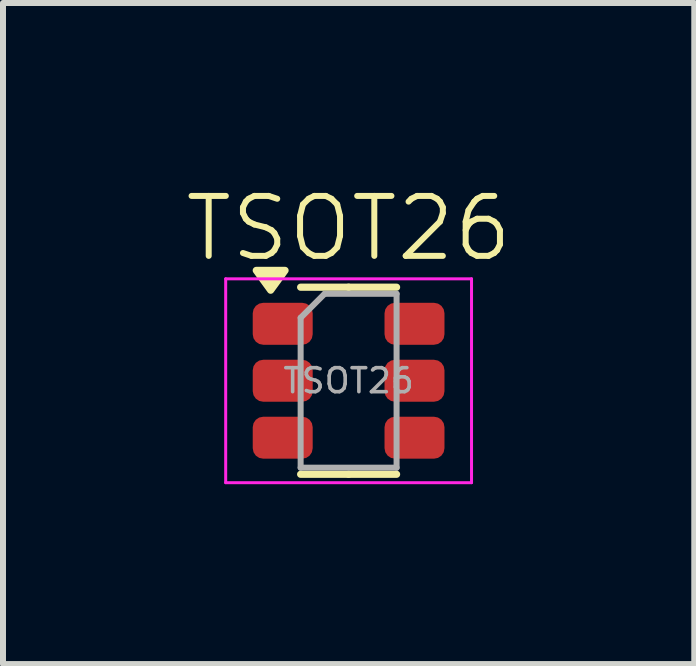
<source format=kicad_pcb>
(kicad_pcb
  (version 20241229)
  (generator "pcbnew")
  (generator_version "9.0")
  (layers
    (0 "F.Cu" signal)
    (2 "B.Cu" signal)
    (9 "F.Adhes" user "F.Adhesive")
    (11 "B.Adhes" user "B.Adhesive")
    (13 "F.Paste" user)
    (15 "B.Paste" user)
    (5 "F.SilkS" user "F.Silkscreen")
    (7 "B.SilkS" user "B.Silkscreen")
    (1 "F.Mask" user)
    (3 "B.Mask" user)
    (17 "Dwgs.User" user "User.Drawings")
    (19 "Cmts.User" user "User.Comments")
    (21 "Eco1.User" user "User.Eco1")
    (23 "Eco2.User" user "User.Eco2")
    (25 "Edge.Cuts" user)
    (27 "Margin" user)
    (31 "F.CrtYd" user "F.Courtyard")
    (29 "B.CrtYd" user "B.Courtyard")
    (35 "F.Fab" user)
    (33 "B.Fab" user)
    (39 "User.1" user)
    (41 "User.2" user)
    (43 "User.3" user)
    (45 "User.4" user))
  (footprint "TSOT26"
    (layer "F.Cu")
    (at 2.764 3.3)
    (property "Reference" "TSOT26" (at 0 -2.54 0) (unlocked yes) (layer "F.SilkS") (effects (font (size 1 1) (thickness 0.1))))
    (attr smd)
    (fp_line (start 0 -1.56) (end -0.8 -1.56) (stroke (width 0.12) (type solid)) (layer "F.SilkS"))
    (fp_line (start 0 -1.56) (end 0.8 -1.56) (stroke (width 0.12) (type solid)) (layer "F.SilkS"))
    (fp_line (start 0 1.56) (end -0.8 1.56) (stroke (width 0.12) (type solid)) (layer "F.SilkS"))
    (fp_line (start 0 1.56) (end 0.8 1.56) (stroke (width 0.12) (type solid)) (layer "F.SilkS"))
    (fp_poly (pts (xy -1.3 -1.51) (xy -1.54 -1.84) (xy -1.06 -1.84) (xy -1.3 -1.51)) (stroke (width 0.12) (type solid)) (fill yes) (layer "F.SilkS"))
    (fp_line (start -2.05 -1.7) (end -2.05 1.7) (stroke (width 0.05) (type solid)) (layer "F.CrtYd"))
    (fp_line (start -2.05 1.7) (end 2.05 1.7) (stroke (width 0.05) (type solid)) (layer "F.CrtYd"))
    (fp_line (start 2.05 -1.7) (end -2.05 -1.7) (stroke (width 0.05) (type solid)) (layer "F.CrtYd"))
    (fp_line (start 2.05 1.7) (end 2.05 -1.7) (stroke (width 0.05) (type solid)) (layer "F.CrtYd"))
    (fp_line (start -0.8 -1.05) (end -0.4 -1.45) (stroke (width 0.1) (type solid)) (layer "F.Fab"))
    (fp_line (start -0.8 1.45) (end -0.8 -1.05) (stroke (width 0.1) (type solid)) (layer "F.Fab"))
    (fp_line (start -0.4 -1.45) (end 0.8 -1.45) (stroke (width 0.1) (type solid)) (layer "F.Fab"))
    (fp_line (start 0.8 -1.45) (end 0.8 1.45) (stroke (width 0.1) (type solid)) (layer "F.Fab"))
    (fp_line (start 0.8 1.45) (end -0.8 1.45) (stroke (width 0.1) (type solid)) (layer "F.Fab"))
    (fp_text user "${REFERENCE}" (at 0 0 0) (layer "F.Fab") (effects (font (size 0.4 0.4) (thickness 0.06))))
    (pad "1" smd roundrect (at -1.099 -0.95) (size 1 0.7) (layers "F.Cu" "F.Mask" "F.Paste") (roundrect_rratio 0.25))
    (pad "2" smd roundrect (at -1.099 0) (size 1 0.7) (layers "F.Cu" "F.Mask" "F.Paste") (roundrect_rratio 0.25))
    (pad "3" smd roundrect (at -1.099 0.95) (size 1 0.7) (layers "F.Cu" "F.Mask" "F.Paste") (roundrect_rratio 0.25))
    (pad "4" smd roundrect (at 1.099 0.95) (size 1 0.7) (layers "F.Cu" "F.Mask" "F.Paste") (roundrect_rratio 0.25))
    (pad "5" smd roundrect (at 1.099 0) (size 1 0.7) (layers "F.Cu" "F.Mask" "F.Paste") (roundrect_rratio 0.25))
    (pad "6" smd roundrect (at 1.099 -0.95) (size 1 0.7) (layers "F.Cu" "F.Mask" "F.Paste") (roundrect_rratio 0.25)))
  (gr_rect
    (start -3 -3)
    (end 8.529 8.025)
    (stroke (width 0.1) (type default))
    (fill no)
    (layer "Edge.Cuts")))
</source>
